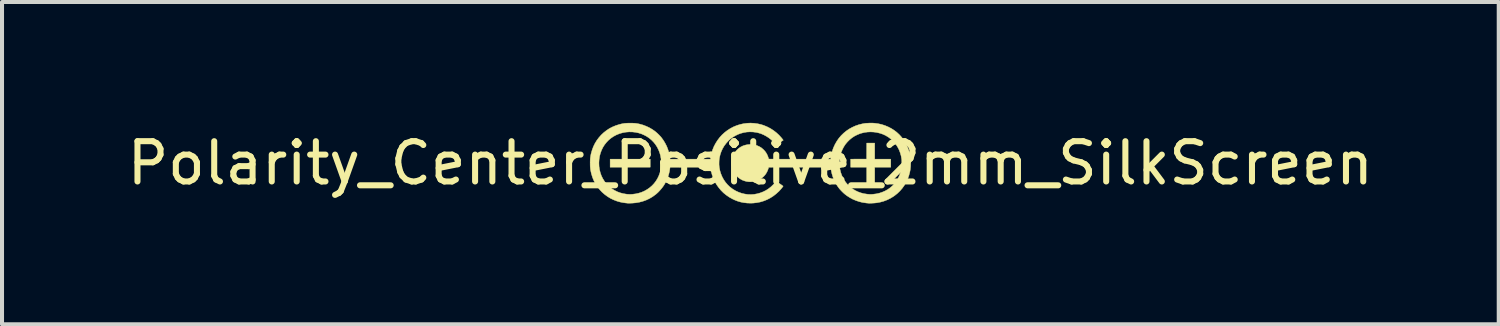
<source format=kicad_pcb>
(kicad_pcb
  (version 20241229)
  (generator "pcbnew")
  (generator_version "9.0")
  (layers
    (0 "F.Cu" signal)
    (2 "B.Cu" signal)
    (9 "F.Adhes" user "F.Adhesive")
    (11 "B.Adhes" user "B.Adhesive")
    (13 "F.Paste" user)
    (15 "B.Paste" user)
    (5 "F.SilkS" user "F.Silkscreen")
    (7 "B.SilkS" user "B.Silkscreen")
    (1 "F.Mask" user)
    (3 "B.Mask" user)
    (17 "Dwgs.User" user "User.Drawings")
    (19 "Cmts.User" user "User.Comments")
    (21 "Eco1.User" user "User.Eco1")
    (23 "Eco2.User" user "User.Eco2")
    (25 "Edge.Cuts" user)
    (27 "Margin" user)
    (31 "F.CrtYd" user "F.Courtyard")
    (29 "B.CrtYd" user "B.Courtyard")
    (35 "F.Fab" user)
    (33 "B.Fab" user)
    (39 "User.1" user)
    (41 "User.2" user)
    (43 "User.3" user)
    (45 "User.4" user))
  (footprint "Polarity_Center_Positive_2mm_SilkScreen"
    (layer "F.Cu")
    (at 15.577 1)
    (property "Reference" "Polarity_Center_Positive_2mm_SilkScreen" (at 0 0 0) (layer "F.SilkS") (effects (font (size 1 1) (thickness 0.15))))
    (attr exclude_from_pos_files exclude_from_bom)
    (fp_poly (pts (xy -2.486 0.1) (xy -3.481 0.1) (xy -3.481 -0.1) (xy -2.486 -0.1) (xy -2.486 0.1)) (stroke (width 0.01) (type solid)) (fill yes) (layer "F.SilkS"))
    (fp_poly (pts (xy 3.087 -0.1) (xy 3.486 -0.1) (xy 3.486 0.1) (xy 3.087 0.1) (xy 3.087 0.498) (xy 2.888 0.498) (xy 2.888 0.1) (xy 2.49 0.1) (xy 2.49 -0.1) (xy 2.688 -0.101) (xy 2.886 -0.102) (xy 2.887 -0.3) (xy 2.888 -0.498) (xy 3.087 -0.498) (xy 3.087 -0.1)) (stroke (width 0.01) (type solid)) (fill yes) (layer "F.SilkS"))
    (fp_poly (pts (xy 3.028 -0.995) (xy 3.064 -0.993) (xy 3.081 -0.992) (xy 3.17 -0.98) (xy 3.257 -0.961) (xy 3.341 -0.934) (xy 3.422 -0.9) (xy 3.5 -0.86) (xy 3.573 -0.813) (xy 3.631 -0.769) (xy 3.697 -0.708) (xy 3.756 -0.643) (xy 3.809 -0.572) (xy 3.856 -0.497) (xy 3.895 -0.417) (xy 3.927 -0.334) (xy 3.948 -0.263) (xy 3.966 -0.179) (xy 3.977 -0.093) (xy 3.981 -0.006) (xy 3.978 0.081) (xy 3.969 0.165) (xy 3.958 0.222) (xy 3.935 0.31) (xy 3.904 0.395) (xy 3.866 0.476) (xy 3.822 0.552) (xy 3.771 0.623) (xy 3.713 0.69) (xy 3.65 0.751) (xy 3.581 0.806) (xy 3.551 0.827) (xy 3.475 0.873) (xy 3.395 0.912) (xy 3.312 0.944) (xy 3.225 0.968) (xy 3.14 0.984) (xy 3.119 0.986) (xy 3.092 0.989) (xy 3.063 0.991) (xy 3.032 0.993) (xy 3.001 0.994) (xy 2.973 0.995) (xy 2.948 0.995) (xy 2.929 0.994) (xy 2.921 0.994) (xy 2.911 0.992) (xy 2.895 0.991) (xy 2.876 0.989) (xy 2.863 0.987) (xy 2.781 0.975) (xy 2.699 0.954) (xy 2.618 0.927) (xy 2.539 0.893) (xy 2.464 0.852) (xy 2.393 0.806) (xy 2.351 0.774) (xy 2.324 0.751) (xy 2.294 0.723) (xy 2.264 0.693) (xy 2.236 0.663) (xy 2.212 0.636) (xy 2.209 0.633) (xy 2.161 0.567) (xy 2.117 0.496) (xy 2.08 0.42) (xy 2.048 0.34) (xy 2.023 0.257) (xy 2.005 0.173) (xy 2.002 0.15) (xy 1.994 0.1) (xy 1.225 0.1) (xy 1.128 0.1) (xy 1.039 0.1) (xy 0.957 0.1) (xy 0.883 0.1) (xy 0.816 0.1) (xy 0.756 0.1) (xy 0.702 0.1) (xy 0.655 0.1) (xy 0.613 0.101) (xy 0.577 0.101) (xy 0.547 0.101) (xy 0.521 0.102) (xy 0.5 0.102) (xy 0.483 0.102) (xy 0.471 0.103) (xy 0.462 0.103) (xy 0.457 0.104) (xy 0.455 0.105) (xy 0.455 0.105) (xy 0.438 0.157) (xy 0.419 0.203) (xy 0.398 0.243) (xy 0.374 0.28) (xy 0.345 0.314) (xy 0.332 0.328) (xy 0.288 0.367) (xy 0.239 0.4) (xy 0.187 0.426) (xy 0.133 0.445) (xy 0.076 0.457) (xy 0.019 0.463) (xy -0.038 0.462) (xy -0.095 0.454) (xy -0.15 0.439) (xy -0.204 0.418) (xy -0.255 0.389) (xy -0.302 0.354) (xy -0.329 0.329) (xy -0.369 0.283) (xy -0.402 0.235) (xy -0.427 0.184) (xy -0.438 0.156) (xy -0.454 0.096) (xy -0.462 0.036) (xy -0.463 0.001) (xy 2.212 0.001) (xy 2.215 0.082) (xy 2.226 0.158) (xy 2.244 0.232) (xy 2.27 0.304) (xy 2.288 0.346) (xy 2.326 0.415) (xy 2.37 0.478) (xy 2.419 0.537) (xy 2.474 0.589) (xy 2.535 0.636) (xy 2.599 0.676) (xy 2.668 0.71) (xy 2.741 0.737) (xy 2.817 0.757) (xy 2.896 0.769) (xy 2.942 0.773) (xy 2.957 0.774) (xy 2.97 0.775) (xy 2.975 0.775) (xy 2.983 0.775) (xy 2.997 0.775) (xy 3.016 0.774) (xy 3.038 0.772) (xy 3.042 0.772) (xy 3.124 0.762) (xy 3.202 0.745) (xy 3.276 0.72) (xy 3.347 0.689) (xy 3.413 0.652) (xy 3.475 0.608) (xy 3.532 0.558) (xy 3.583 0.502) (xy 3.628 0.441) (xy 3.668 0.375) (xy 3.701 0.305) (xy 3.728 0.229) (xy 3.745 0.162) (xy 3.75 0.131) (xy 3.755 0.094) (xy 3.757 0.053) (xy 3.759 0.011) (xy 3.759 -0.03) (xy 3.758 -0.068) (xy 3.756 -0.098) (xy 3.742 -0.18) (xy 3.72 -0.257) (xy 3.692 -0.331) (xy 3.656 -0.4) (xy 3.614 -0.465) (xy 3.565 -0.525) (xy 3.509 -0.581) (xy 3.447 -0.631) (xy 3.419 -0.65) (xy 3.356 -0.688) (xy 3.288 -0.719) (xy 3.216 -0.743) (xy 3.142 -0.761) (xy 3.066 -0.772) (xy 2.989 -0.776) (xy 2.912 -0.773) (xy 2.836 -0.763) (xy 2.761 -0.745) (xy 2.73 -0.736) (xy 2.657 -0.707) (xy 2.587 -0.672) (xy 2.523 -0.63) (xy 2.464 -0.582) (xy 2.41 -0.528) (xy 2.361 -0.47) (xy 2.319 -0.406) (xy 2.284 -0.338) (xy 2.254 -0.266) (xy 2.232 -0.19) (xy 2.217 -0.111) (xy 2.216 -0.1) (xy 2.214 -0.083) (xy 2.213 -0.06) (xy 2.212 -0.034) (xy 2.212 -0.007) (xy 2.212 0.001) (xy -0.463 0.001) (xy -0.463 -0.024) (xy -0.456 -0.084) (xy -0.443 -0.141) (xy -0.422 -0.196) (xy -0.395 -0.248) (xy -0.362 -0.296) (xy -0.322 -0.339) (xy -0.285 -0.371) (xy -0.235 -0.404) (xy -0.182 -0.43) (xy -0.126 -0.448) (xy -0.068 -0.46) (xy -0.008 -0.465) (xy 0.051 -0.462) (xy 0.11 -0.453) (xy 0.167 -0.436) (xy 0.222 -0.412) (xy 0.268 -0.385) (xy 0.281 -0.374) (xy 0.298 -0.36) (xy 0.316 -0.345) (xy 0.327 -0.335) (xy 0.363 -0.296) (xy 0.393 -0.254) (xy 0.418 -0.209) (xy 0.439 -0.158) (xy 0.455 -0.105) (xy 0.456 -0.104) (xy 0.461 -0.104) (xy 0.47 -0.103) (xy 0.482 -0.102) (xy 0.498 -0.102) (xy 0.518 -0.102) (xy 0.543 -0.101) (xy 0.573 -0.101) (xy 0.609 -0.101) (xy 0.65 -0.1) (xy 0.696 -0.1) (xy 0.749 -0.1) (xy 0.809 -0.1) (xy 0.875 -0.1) (xy 0.948 -0.1) (xy 1.029 -0.1) (xy 1.117 -0.1) (xy 1.213 -0.1) (xy 1.995 -0.1) (xy 1.998 -0.126) (xy 2.006 -0.178) (xy 2.017 -0.233) (xy 2.032 -0.29) (xy 2.049 -0.345) (xy 2.065 -0.388) (xy 2.103 -0.469) (xy 2.147 -0.546) (xy 2.197 -0.618) (xy 2.254 -0.685) (xy 2.316 -0.745) (xy 2.383 -0.8) (xy 2.455 -0.849) (xy 2.532 -0.891) (xy 2.612 -0.927) (xy 2.697 -0.956) (xy 2.785 -0.977) (xy 2.836 -0.986) (xy 2.867 -0.99) (xy 2.905 -0.992) (xy 2.946 -0.994) (xy 2.988 -0.995) (xy 3.028 -0.995)) (stroke (width 0.01) (type solid)) (fill yes) (layer "F.SilkS"))
    (fp_poly (pts (xy 0.094 -0.99) (xy 0.181 -0.978) (xy 0.266 -0.959) (xy 0.334 -0.937) (xy 0.418 -0.902) (xy 0.499 -0.86) (xy 0.575 -0.811) (xy 0.647 -0.755) (xy 0.714 -0.693) (xy 0.775 -0.625) (xy 0.806 -0.585) (xy 0.817 -0.57) (xy 0.731 -0.51) (xy 0.708 -0.494) (xy 0.686 -0.479) (xy 0.668 -0.467) (xy 0.653 -0.457) (xy 0.644 -0.452) (xy 0.641 -0.45) (xy 0.636 -0.453) (xy 0.628 -0.461) (xy 0.619 -0.473) (xy 0.572 -0.529) (xy 0.518 -0.581) (xy 0.459 -0.628) (xy 0.395 -0.669) (xy 0.328 -0.705) (xy 0.259 -0.734) (xy 0.187 -0.755) (xy 0.151 -0.763) (xy 0.072 -0.774) (xy -0.008 -0.777) (xy -0.086 -0.773) (xy -0.163 -0.76) (xy -0.238 -0.74) (xy -0.311 -0.713) (xy -0.381 -0.678) (xy -0.447 -0.636) (xy -0.509 -0.588) (xy -0.548 -0.552) (xy -0.602 -0.492) (xy -0.65 -0.428) (xy -0.69 -0.36) (xy -0.723 -0.288) (xy -0.749 -0.212) (xy -0.767 -0.131) (xy -0.77 -0.112) (xy -0.774 -0.08) (xy -0.776 -0.043) (xy -0.777 -0.002) (xy -0.777 0.038) (xy -0.774 0.076) (xy -0.771 0.108) (xy -0.77 0.111) (xy -0.754 0.192) (xy -0.73 0.268) (xy -0.699 0.342) (xy -0.661 0.411) (xy -0.617 0.475) (xy -0.566 0.535) (xy -0.51 0.589) (xy -0.447 0.637) (xy -0.432 0.648) (xy -0.362 0.689) (xy -0.29 0.722) (xy -0.216 0.748) (xy -0.14 0.766) (xy -0.062 0.777) (xy 0.016 0.779) (xy 0.094 0.774) (xy 0.171 0.76) (xy 0.242 0.74) (xy 0.318 0.711) (xy 0.389 0.675) (xy 0.456 0.632) (xy 0.518 0.582) (xy 0.575 0.526) (xy 0.609 0.486) (xy 0.64 0.448) (xy 0.659 0.462) (xy 0.669 0.468) (xy 0.684 0.479) (xy 0.702 0.492) (xy 0.724 0.507) (xy 0.746 0.522) (xy 0.767 0.537) (xy 0.785 0.55) (xy 0.799 0.56) (xy 0.809 0.568) (xy 0.813 0.571) (xy 0.813 0.572) (xy 0.811 0.577) (xy 0.803 0.588) (xy 0.792 0.602) (xy 0.778 0.62) (xy 0.763 0.638) (xy 0.746 0.658) (xy 0.729 0.676) (xy 0.714 0.693) (xy 0.708 0.699) (xy 0.64 0.761) (xy 0.569 0.816) (xy 0.494 0.864) (xy 0.415 0.905) (xy 0.333 0.938) (xy 0.248 0.964) (xy 0.16 0.981) (xy 0.071 0.991) (xy 0.004 0.993) (xy -0.08 0.99) (xy -0.16 0.981) (xy -0.237 0.966) (xy -0.313 0.944) (xy -0.388 0.915) (xy -0.445 0.888) (xy -0.524 0.844) (xy -0.598 0.793) (xy -0.667 0.737) (xy -0.73 0.674) (xy -0.787 0.605) (xy -0.839 0.532) (xy -0.883 0.453) (xy -0.92 0.372) (xy -0.95 0.289) (xy -0.972 0.204) (xy -0.98 0.157) (xy -0.99 0.1) (xy -1.994 0.102) (xy -1.997 0.131) (xy -2.008 0.201) (xy -2.025 0.274) (xy -2.048 0.346) (xy -2.076 0.417) (xy -2.109 0.485) (xy -2.143 0.544) (xy -2.175 0.59) (xy -2.212 0.637) (xy -2.252 0.683) (xy -2.293 0.726) (xy -2.334 0.763) (xy -2.354 0.779) (xy -2.428 0.833) (xy -2.506 0.879) (xy -2.587 0.917) (xy -2.671 0.947) (xy -2.758 0.97) (xy -2.848 0.985) (xy -2.942 0.993) (xy -2.961 0.993) (xy -2.986 0.994) (xy -3.01 0.994) (xy -3.03 0.994) (xy -3.045 0.994) (xy -3.052 0.993) (xy -3.108 0.987) (xy -3.158 0.98) (xy -3.204 0.971) (xy -3.248 0.961) (xy -3.292 0.948) (xy -3.313 0.942) (xy -3.396 0.91) (xy -3.475 0.872) (xy -3.549 0.826) (xy -3.618 0.775) (xy -3.683 0.718) (xy -3.742 0.655) (xy -3.795 0.586) (xy -3.843 0.514) (xy -3.884 0.436) (xy -3.918 0.355) (xy -3.944 0.27) (xy -3.95 0.248) (xy -3.958 0.211) (xy -3.965 0.178) (xy -3.97 0.147) (xy -3.973 0.116) (xy -3.976 0.082) (xy -3.977 0.044) (xy -3.977 0) (xy -3.977 -0.002) (xy -3.759 -0.002) (xy -3.756 0.08) (xy -3.744 0.16) (xy -3.725 0.237) (xy -3.699 0.311) (xy -3.665 0.381) (xy -3.624 0.447) (xy -3.606 0.472) (xy -3.556 0.531) (xy -3.5 0.585) (xy -3.44 0.633) (xy -3.374 0.674) (xy -3.305 0.709) (xy -3.232 0.736) (xy -3.157 0.756) (xy -3.079 0.769) (xy -3.048 0.772) (xy -3.028 0.773) (xy -3.011 0.774) (xy -2.999 0.775) (xy -2.994 0.775) (xy -2.987 0.775) (xy -2.973 0.775) (xy -2.955 0.774) (xy -2.934 0.772) (xy -2.928 0.772) (xy -2.847 0.762) (xy -2.77 0.745) (xy -2.696 0.721) (xy -2.626 0.69) (xy -2.56 0.652) (xy -2.499 0.609) (xy -2.442 0.56) (xy -2.391 0.506) (xy -2.346 0.447) (xy -2.306 0.383) (xy -2.273 0.315) (xy -2.247 0.243) (xy -2.227 0.167) (xy -2.215 0.088) (xy -2.212 0.056) (xy -2.211 -0.026) (xy -2.217 -0.106) (xy -2.23 -0.184) (xy -2.251 -0.259) (xy -2.279 -0.33) (xy -2.313 -0.398) (xy -2.354 -0.462) (xy -2.401 -0.521) (xy -2.454 -0.575) (xy -2.513 -0.624) (xy -2.578 -0.667) (xy -2.629 -0.694) (xy -2.701 -0.726) (xy -2.776 -0.75) (xy -2.853 -0.766) (xy -2.931 -0.775) (xy -3.01 -0.776) (xy -3.089 -0.77) (xy -3.167 -0.756) (xy -3.243 -0.735) (xy -3.316 -0.706) (xy -3.331 -0.699) (xy -3.4 -0.662) (xy -3.464 -0.618) (xy -3.523 -0.568) (xy -3.575 -0.513) (xy -3.622 -0.453) (xy -3.662 -0.389) (xy -3.695 -0.32) (xy -3.722 -0.248) (xy -3.742 -0.172) (xy -3.754 -0.094) (xy -3.759 -0.013) (xy -3.759 -0.002) (xy -3.977 -0.002) (xy -3.977 -0.044) (xy -3.976 -0.082) (xy -3.974 -0.116) (xy -3.97 -0.147) (xy -3.965 -0.178) (xy -3.959 -0.212) (xy -3.952 -0.243) (xy -3.927 -0.329) (xy -3.896 -0.412) (xy -3.857 -0.491) (xy -3.812 -0.565) (xy -3.76 -0.634) (xy -3.703 -0.699) (xy -3.64 -0.758) (xy -3.572 -0.811) (xy -3.5 -0.859) (xy -3.422 -0.899) (xy -3.341 -0.933) (xy -3.255 -0.96) (xy -3.216 -0.97) (xy -3.182 -0.978) (xy -3.152 -0.983) (xy -3.123 -0.988) (xy -3.095 -0.99) (xy -3.065 -0.992) (xy -3.031 -0.993) (xy -2.991 -0.994) (xy -2.981 -0.994) (xy -2.937 -0.993) (xy -2.899 -0.992) (xy -2.865 -0.99) (xy -2.833 -0.986) (xy -2.801 -0.981) (xy -2.766 -0.974) (xy -2.743 -0.969) (xy -2.662 -0.946) (xy -2.582 -0.915) (xy -2.505 -0.879) (xy -2.432 -0.836) (xy -2.369 -0.792) (xy -2.339 -0.767) (xy -2.306 -0.738) (xy -2.273 -0.706) (xy -2.243 -0.675) (xy -2.216 -0.645) (xy -2.21 -0.637) (xy -2.16 -0.569) (xy -2.116 -0.496) (xy -2.077 -0.42) (xy -2.046 -0.34) (xy -2.021 -0.259) (xy -2.004 -0.178) (xy -2 -0.154) (xy -1.998 -0.136) (xy -1.996 -0.121) (xy -1.994 -0.111) (xy -1.994 -0.109) (xy -1.992 -0.1) (xy -0.988 -0.1) (xy -0.988 -0.109) (xy -0.987 -0.12) (xy -0.984 -0.137) (xy -0.981 -0.158) (xy -0.976 -0.182) (xy -0.971 -0.207) (xy -0.966 -0.231) (xy -0.962 -0.251) (xy -0.961 -0.255) (xy -0.935 -0.337) (xy -0.902 -0.417) (xy -0.861 -0.494) (xy -0.814 -0.568) (xy -0.761 -0.638) (xy -0.702 -0.703) (xy -0.637 -0.762) (xy -0.572 -0.812) (xy -0.497 -0.86) (xy -0.419 -0.901) (xy -0.337 -0.935) (xy -0.253 -0.961) (xy -0.168 -0.98) (xy -0.081 -0.991) (xy 0.006 -0.995) (xy 0.094 -0.99)) (stroke (width 0.01) (type solid)) (fill yes) (layer "F.SilkS")))
  (gr_rect
    (start -3 -3)
    (end 34.155 5)
    (stroke (width 0.1) (type default))
    (fill no)
    (layer "Edge.Cuts")))
</source>
